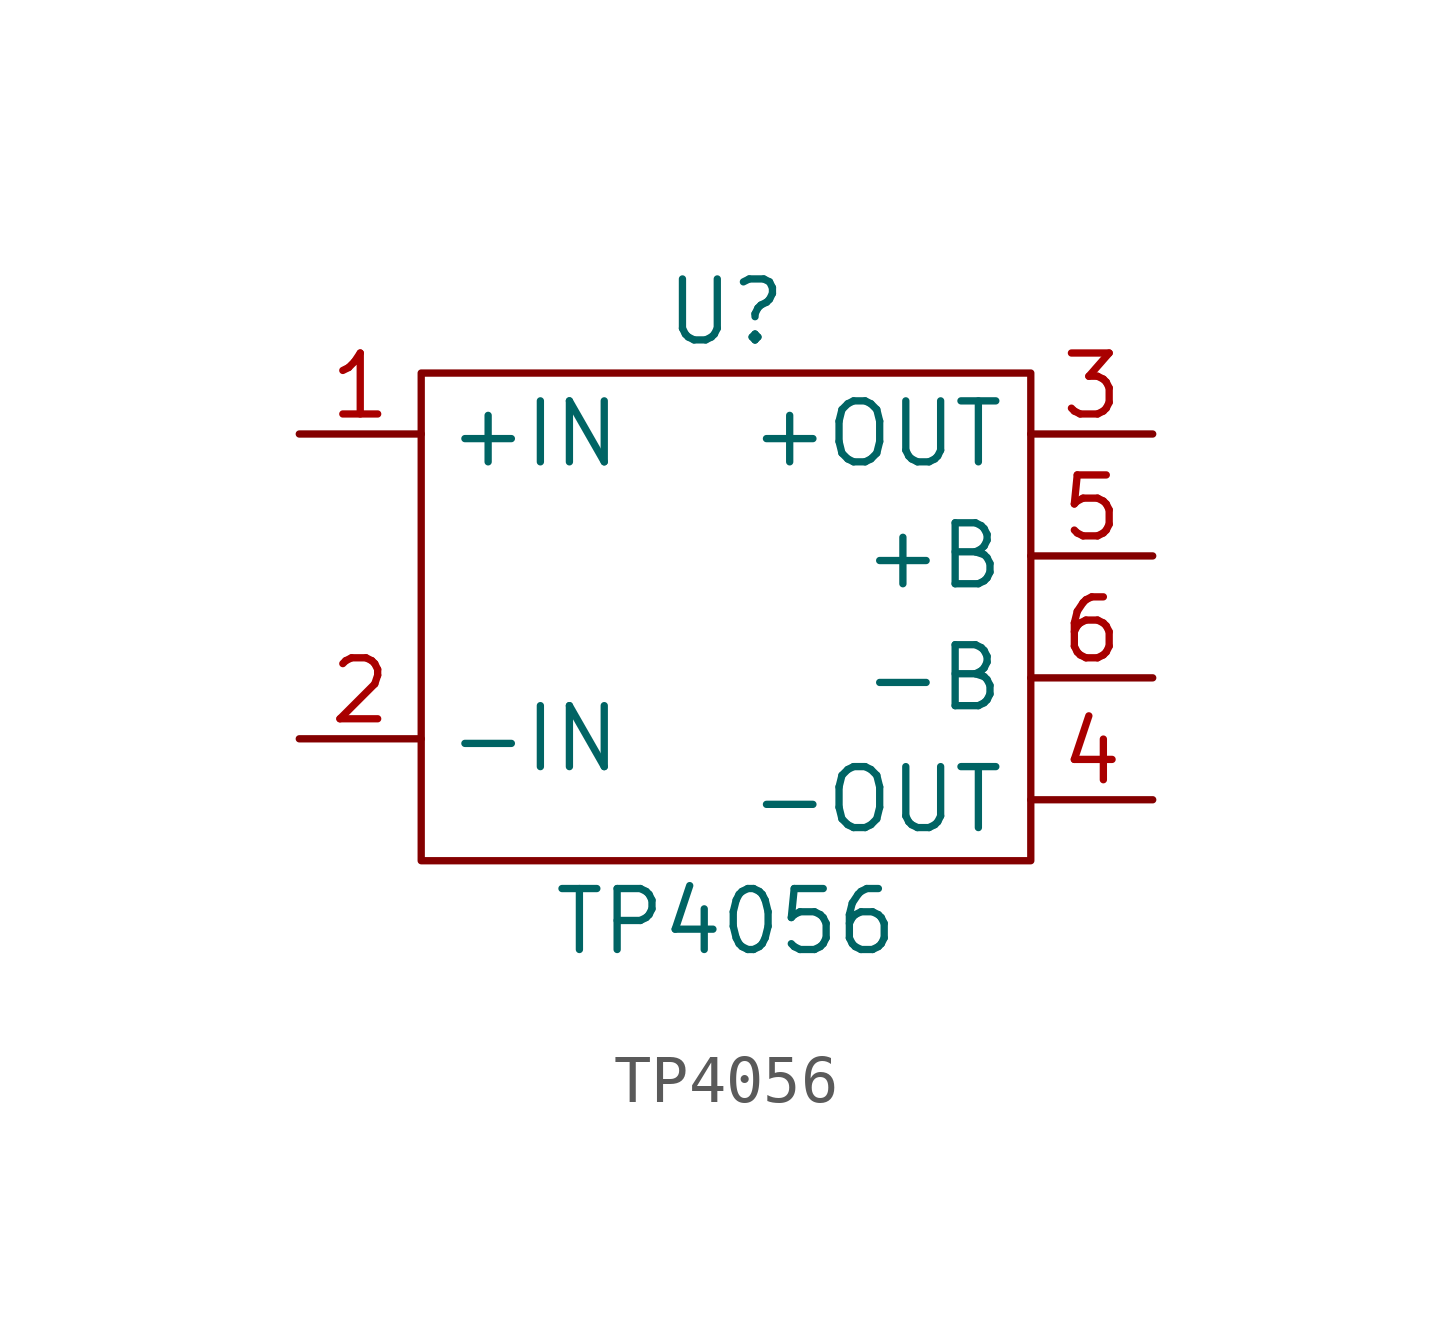
<source format=kicad_sym>
(kicad_symbol_lib
  (version 20211014)
  (generator kicad_symbol_editor)
  (symbol "TP4056"
    (property "Reference" "U"
      (at 0 10.16 0)
      (effects (font (size 1.27 1.27))))
    (property "Value" "TP4056"
      (at 0 -2.54 0)
      (effects (font (size 1.27 1.27))))
    (symbol "TP4056_0_1"
      (rectangle (start -6.35 8.89) (end 6.35 -1.27) (stroke (width 0) (type default) (color 0 0 0 0)) (fill (type none))))
    (symbol "TP4056_1_1"
      (pin input line (at -8.89 7.62 0) (length 2.54) (name "+IN" (effects (font (size 1.27 1.27)))) (number "1" (effects (font (size 1.27 1.27)))))
      (pin input line (at -8.89 1.27 0) (length 2.54) (name "-IN" (effects (font (size 1.27 1.27)))) (number "2" (effects (font (size 1.27 1.27)))))
      (pin output line (at 8.89 7.62 180) (length 2.54) (name "+OUT" (effects (font (size 1.27 1.27)))) (number "3" (effects (font (size 1.27 1.27)))))
      (pin output line (at 8.89 0 180) (length 2.54) (name "-OUT" (effects (font (size 1.27 1.27)))) (number "4" (effects (font (size 1.27 1.27)))))
      (pin input line (at 8.89 5.08 180) (length 2.54) (name "+B" (effects (font (size 1.27 1.27)))) (number "5" (effects (font (size 1.27 1.27)))))
      (pin input line (at 8.89 2.54 180) (length 2.54) (name "-B" (effects (font (size 1.27 1.27)))) (number "6" (effects (font (size 1.27 1.27))))))))
</source>
